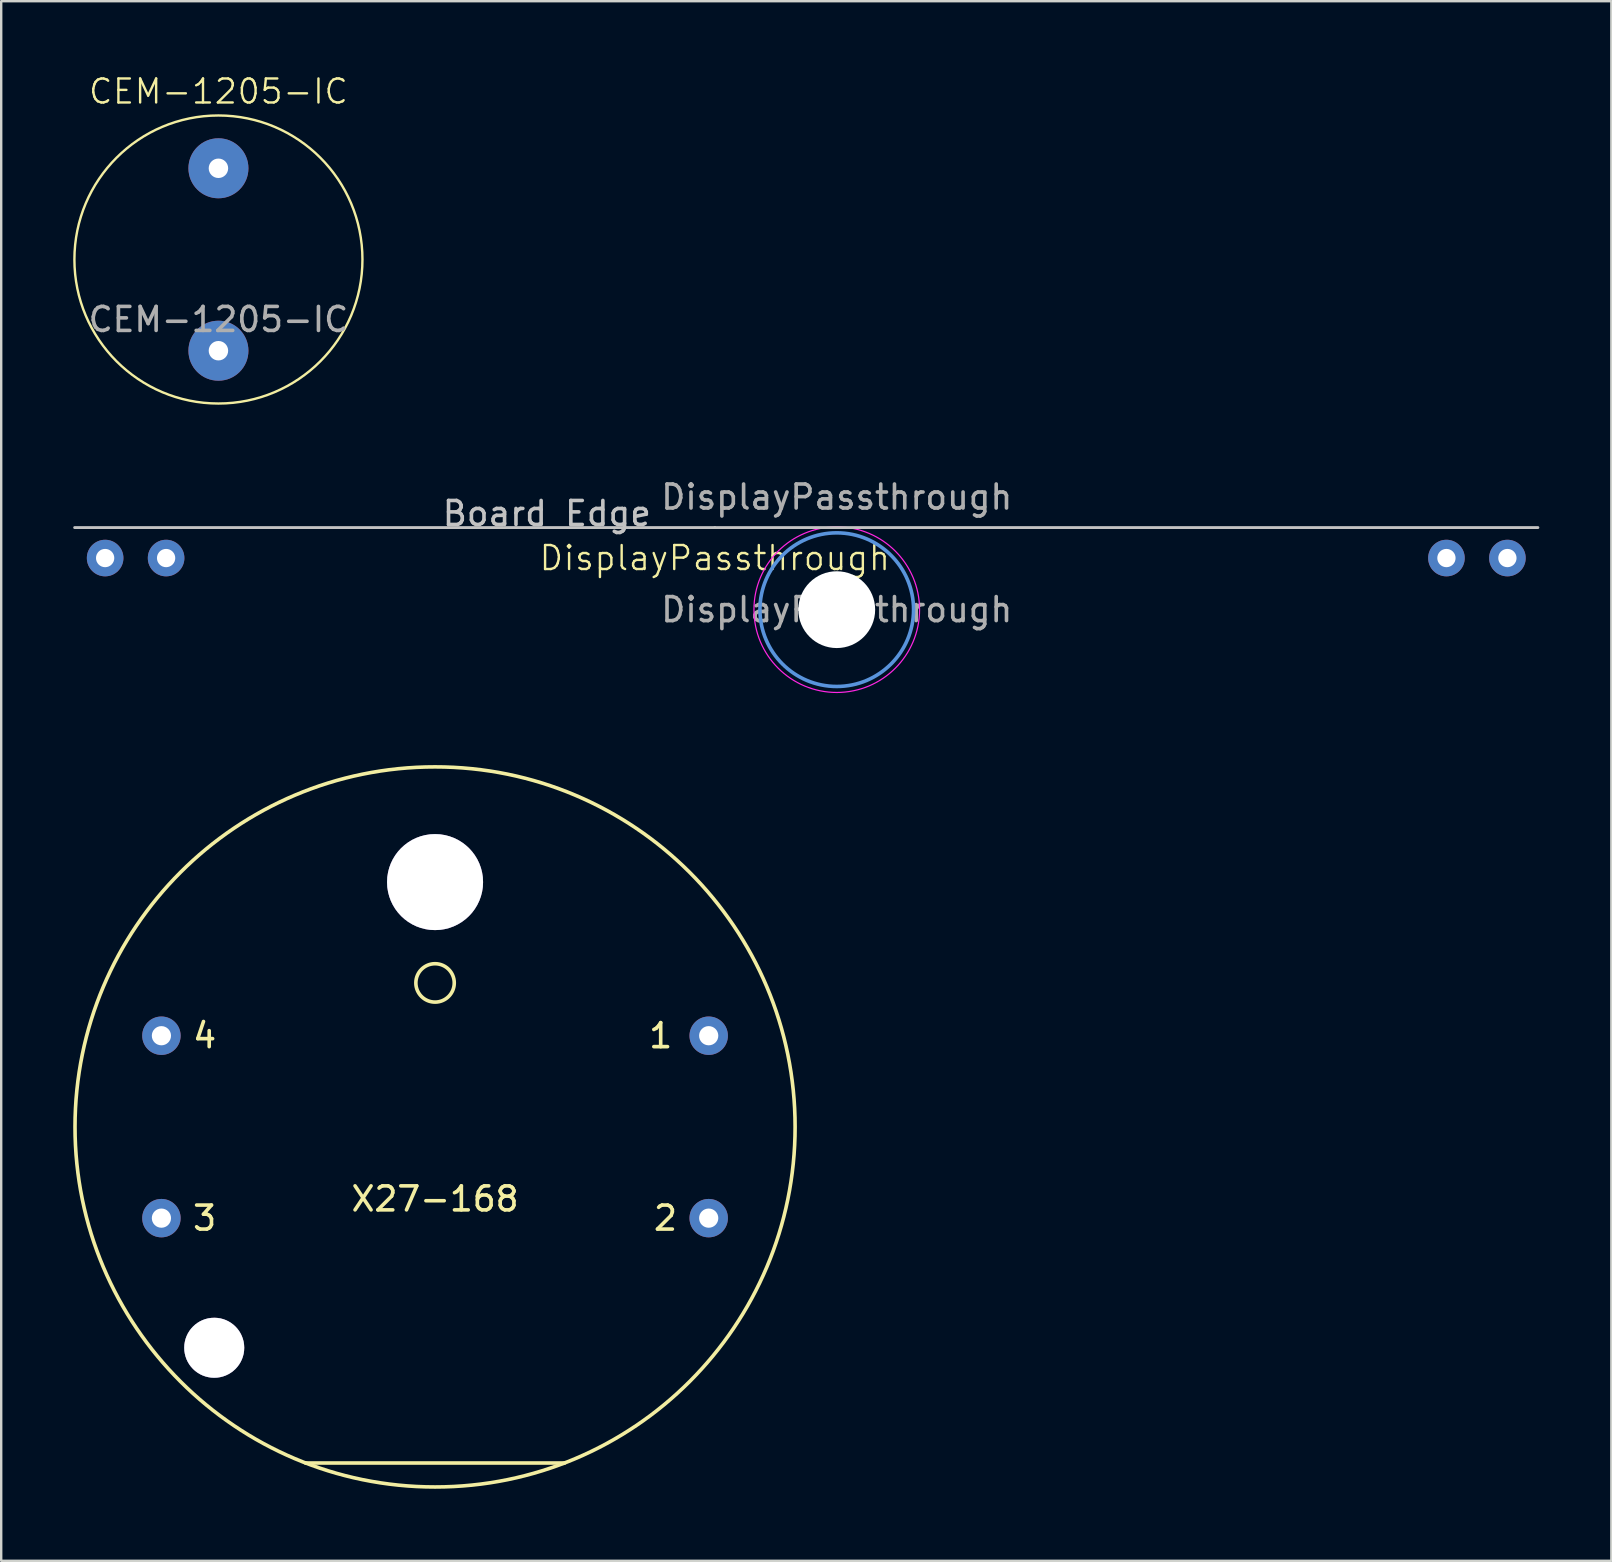
<source format=kicad_pcb>
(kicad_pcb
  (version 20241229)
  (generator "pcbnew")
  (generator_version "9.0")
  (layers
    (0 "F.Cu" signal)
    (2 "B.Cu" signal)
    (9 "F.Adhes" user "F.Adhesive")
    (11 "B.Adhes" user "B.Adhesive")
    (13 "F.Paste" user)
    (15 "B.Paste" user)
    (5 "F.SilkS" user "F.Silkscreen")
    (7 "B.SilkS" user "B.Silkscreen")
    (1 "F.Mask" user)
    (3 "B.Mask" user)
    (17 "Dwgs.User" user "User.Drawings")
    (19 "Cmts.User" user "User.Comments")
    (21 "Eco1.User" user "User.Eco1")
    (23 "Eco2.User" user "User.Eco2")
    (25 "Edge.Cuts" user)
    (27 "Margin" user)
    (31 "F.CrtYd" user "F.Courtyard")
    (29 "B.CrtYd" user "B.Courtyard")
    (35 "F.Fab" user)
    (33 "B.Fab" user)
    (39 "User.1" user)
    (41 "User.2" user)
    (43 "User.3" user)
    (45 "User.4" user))
  (footprint "X27-168"
    (layer "F.Cu")
    (at 15.075 43.899)
    (property "Reference" "X27-168" (at 0 3 0) (layer "F.SilkS") (effects (font (size 1 1) (thickness 0.15))))
    (attr through_hole)
    (fp_line (start -5.4 14) (end 5.4 14) (stroke (width 0.15) (type solid)) (layer "F.SilkS"))
    (fp_circle (center 0 -6) (end 0.8 -6) (stroke (width 0.15) (type solid)) (fill no) (layer "F.SilkS"))
    (fp_circle (center 0 0) (end 15 0) (stroke (width 0.15) (type solid)) (fill no) (layer "F.SilkS"))
    (fp_text user "1" (at 9.4 -3.8 0) (layer "F.SilkS") (effects (font (size 1 1) (thickness 0.15))))
    (fp_text user "2" (at 9.6 3.8 0) (layer "F.SilkS") (effects (font (size 1 1) (thickness 0.15))))
    (fp_text user "4" (at -9.6 -3.8 0) (layer "F.SilkS") (effects (font (size 1 1) (thickness 0.15))))
    (fp_text user "3" (at -9.6 3.8 0) (layer "F.SilkS") (effects (font (size 1 1) (thickness 0.15))))
    (pad "" thru_hole circle (at -9.2 9.2) (size 2.5 2.5) (drill 2.5) (layers "*.Cu" "*.Mask"))
    (pad "" thru_hole circle (at 0 -10.2) (size 4 4) (drill 4) (layers "*.Cu" "*.Mask"))
    (pad "1" thru_hole circle (at 11.4 -3.8) (size 1.6 1.6) (drill 0.8) (layers "*.Cu" "*.Mask"))
    (pad "2" thru_hole circle (at 11.4 3.8) (size 1.6 1.6) (drill 0.8) (layers "*.Cu" "*.Mask"))
    (pad "3" thru_hole circle (at -11.4 3.8) (size 1.6 1.6) (drill 0.8) (layers "*.Cu" "*.Mask"))
    (pad "4" thru_hole circle (at -11.4 -3.8) (size 1.6 1.6) (drill 0.8) (layers "*.Cu" "*.Mask")))
  (footprint "DisplayPassthrough"
    (layer "F.Cu")
    (at 31.81 17.659)
    (property "Reference" "DisplayPassthrough" (at -5.08 2.54 0) (unlocked yes) (layer "F.SilkS") (effects (font (size 1 1) (thickness 0.1))))
    (attr through_hole)
    (fp_line (start -31.75 1.27) (end -5.08 1.27) (stroke (width 0.12) (type default)) (layer "Dwgs.User"))
    (fp_line (start 29.21 1.27) (end -5.08 1.27) (stroke (width 0.12) (type default)) (layer "Dwgs.User"))
    (fp_circle (center 0 4.69) (end 3.2 4.69) (stroke (width 0.15) (type solid)) (fill no) (layer "Cmts.User"))
    (fp_circle (center 0 4.69) (end 3.45 4.69) (stroke (width 0.05) (type solid)) (fill no) (layer "F.CrtYd"))
    (fp_text user "Board Edge" (at -16.51 1.27 0) (unlocked yes) (layer "Dwgs.User") (effects (font (size 1 1) (thickness 0.15)) (justify left bottom)))
    (fp_text user "${REFERENCE}" (at 0 0 0) (unlocked yes) (layer "F.Fab") (effects (font (size 1 1) (thickness 0.15))))
    (fp_text user "${REFERENCE}" (at 0 4.69 0) (layer "F.Fab") (effects (font (size 1 1) (thickness 0.15))))
    (pad "" np_thru_hole circle (at 0 4.69) (size 3.2 3.2) (drill 3.2) (layers "*.Cu" "*.Mask"))
    (pad "1" thru_hole circle (at -30.48 2.54) (size 1.524 1.524) (drill 0.762) (layers "*.Cu" "*.Mask"))
    (pad "2" thru_hole circle (at -27.94 2.54) (size 1.524 1.524) (drill 0.762) (layers "*.Cu" "*.Mask"))
    (pad "3" thru_hole circle (at 25.4 2.54) (size 1.524 1.524) (drill 0.762) (layers "*.Cu" "*.Mask"))
    (pad "4" thru_hole circle (at 27.94 2.54) (size 1.524 1.524) (drill 0.762) (layers "*.Cu" "*.Mask")))
  (footprint "CEM-1205-IC"
    (layer "F.Cu")
    (at 6.05 7.761)
    (property "Reference" "CEM-1205-IC" (at 0 -7 0) (unlocked yes) (layer "F.SilkS") (effects (font (size 1 1) (thickness 0.1))))
    (attr through_hole)
    (fp_circle (center 0 0) (end 6 0) (stroke (width 0.1) (type default)) (fill no) (layer "F.SilkS"))
    (fp_text user "${REFERENCE}" (at 0 2.5 0) (unlocked yes) (layer "F.Fab") (effects (font (size 1 1) (thickness 0.15))))
    (pad "1" thru_hole circle (at 0 3.8) (size 2.5 2.5) (drill 0.81) (layers "*.Cu" "*.Mask"))
    (pad "2" thru_hole circle (at 0 -3.8) (size 2.5 2.5) (drill 0.81) (layers "*.Cu" "*.Mask")))
  (gr_rect
    (start -3 -3)
    (end 64.08 61.974)
    (stroke (width 0.1) (type default))
    (fill no)
    (layer "Edge.Cuts")))
</source>
